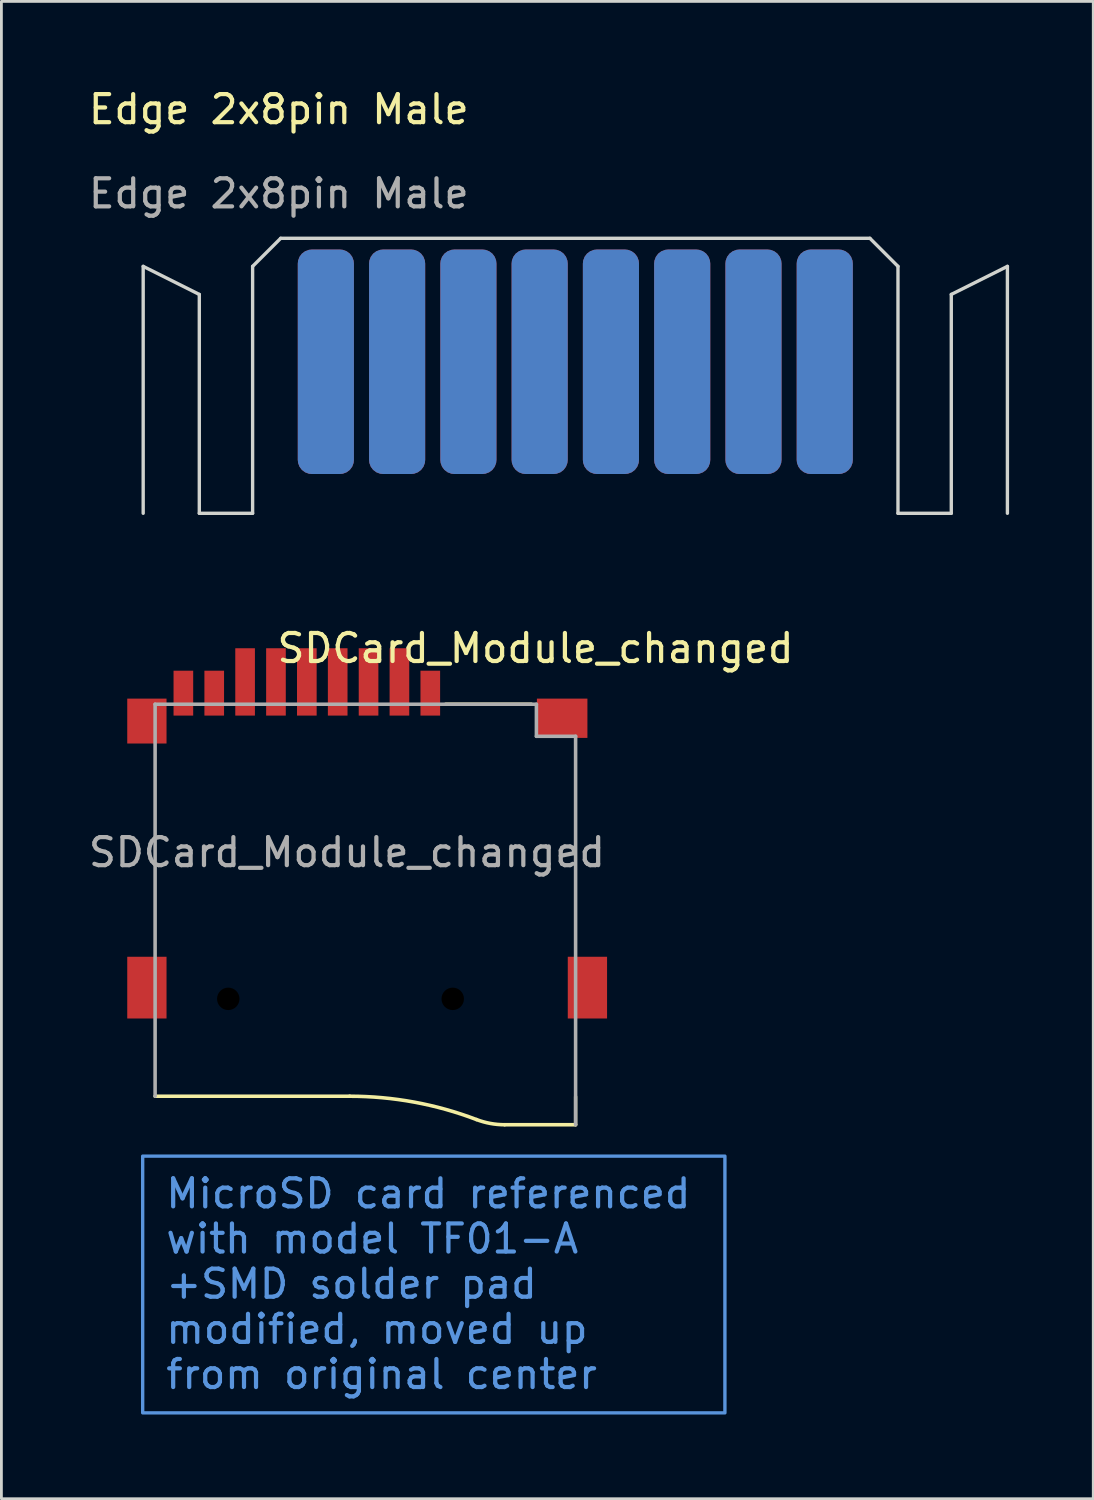
<source format=kicad_pcb>
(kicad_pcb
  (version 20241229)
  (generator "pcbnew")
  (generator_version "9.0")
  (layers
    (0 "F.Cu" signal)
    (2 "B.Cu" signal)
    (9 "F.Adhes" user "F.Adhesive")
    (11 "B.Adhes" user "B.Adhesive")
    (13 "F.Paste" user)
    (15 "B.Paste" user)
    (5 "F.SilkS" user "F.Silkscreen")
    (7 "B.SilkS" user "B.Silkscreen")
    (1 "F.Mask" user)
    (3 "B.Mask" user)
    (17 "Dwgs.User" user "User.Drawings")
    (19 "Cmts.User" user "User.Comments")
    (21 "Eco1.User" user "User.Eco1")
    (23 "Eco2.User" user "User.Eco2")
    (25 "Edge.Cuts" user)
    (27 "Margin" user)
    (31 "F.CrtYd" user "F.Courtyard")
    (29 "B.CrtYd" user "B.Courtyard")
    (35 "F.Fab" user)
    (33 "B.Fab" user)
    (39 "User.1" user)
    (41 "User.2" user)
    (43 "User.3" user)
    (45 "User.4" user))
  (footprint "SDCard_Module_changed"
    (layer "F.Cu")
    (at 8.935 18.553)
    (property "Reference" "SDCard_Module_changed" (at 7.1 1.5 0) (unlocked yes) (layer "F.SilkS") (effects (font (size 1 1) (thickness 0.15))))
    (fp_line (start 0.477 17.465) (end -6.457 17.465) (stroke (width 0.127) (type solid)) (layer "F.SilkS"))
    (fp_line (start 6.95 3.495) (end 3.9 3.495) (stroke (width 0.127) (type solid)) (layer "F.SilkS"))
    (fp_line (start 8.529 17.481) (end 8.529 18.481) (stroke (width 0.12) (type default)) (layer "F.SilkS"))
    (fp_line (start 8.529 18.481) (end 5.998 18.481) (stroke (width 0.127) (type solid)) (layer "F.SilkS"))
    (fp_arc (start 0.4769 17.46529) (mid 2.775408 17.675025) (end 4.998 18.29729) (stroke (width 0.127) (type solid)) (layer "F.SilkS"))
    (fp_arc (start 5.9979 18.48129) (mid 5.489554 18.434911) (end 4.998 18.29729) (stroke (width 0.127) (type solid)) (layer "F.SilkS"))
    (fp_line (start -6.457 3.495) (end 7.132 3.495) (stroke (width 0.127) (type solid)) (layer "F.Fab"))
    (fp_line (start -6.457 17.465) (end -6.457 3.495) (stroke (width 0.127) (type solid)) (layer "F.Fab"))
    (fp_line (start 7.132 3.495) (end 7.132 4.638) (stroke (width 0.127) (type solid)) (layer "F.Fab"))
    (fp_line (start 7.132 4.638) (end 8.529 4.638) (stroke (width 0.127) (type solid)) (layer "F.Fab"))
    (fp_line (start 8.529 4.638) (end 8.529 18.481) (stroke (width 0.127) (type solid)) (layer "F.Fab"))
    (fp_text user "${REFERENCE}" (at 0.38 8.775 0) (unlocked yes) (layer "F.Fab") (effects (font (size 1 1) (thickness 0.15))))
    (fp_text_box "MicroSD card referenced with model TF01-A\n+SMD solder pad modified, moved up from original center" (start -6.9 19.6) (end 13.85 28.75) (margins 0.81 0.81 0.81 0.81) (layer "Cmts.User") (effects (font (size 1 1) (thickness 0.15)) (justify left top)) (border yes) (stroke (width 0.12) (type solid)))
    (pad "" np_thru_hole circle (at -3.85 13.995) (size 0.9 0.9) (drill 0.8) (layers "*.Mask"))
    (pad "" np_thru_hole circle (at 4.15 13.995) (size 0.9 0.9) (drill 0.8) (layers "*.Mask"))
    (pad "1" smd rect (at 3.35 3.1 270) (size 1.6 0.7) (layers "F.Cu" "F.Mask" "F.Paste"))
    (pad "2" smd rect (at 2.25 2.7 270) (size 2.4 0.7) (layers "F.Cu" "F.Mask" "F.Paste"))
    (pad "3" smd rect (at 1.15 2.7 270) (size 2.4 0.7) (layers "F.Cu" "F.Mask" "F.Paste"))
    (pad "4" smd rect (at 0.05 2.7 270) (size 2.4 0.7) (layers "F.Cu" "F.Mask" "F.Paste"))
    (pad "5" smd rect (at -1.05 2.7 270) (size 2.4 0.7) (layers "F.Cu" "F.Mask" "F.Paste"))
    (pad "6" smd rect (at -2.15 2.7 270) (size 2.4 0.7) (layers "F.Cu" "F.Mask" "F.Paste"))
    (pad "7" smd rect (at -3.25 2.7 270) (size 2.4 0.7) (layers "F.Cu" "F.Mask" "F.Paste"))
    (pad "8" smd rect (at -4.35 3.1 270) (size 1.6 0.7) (layers "F.Cu" "F.Mask" "F.Paste"))
    (pad "9" smd rect (at -5.45 3.1 270) (size 1.6 0.7) (layers "F.Cu" "F.Mask" "F.Paste"))
    (pad "MP1" smd rect (at -6.75 4.095 270) (size 1.6 1.4) (layers "F.Cu" "F.Mask" "F.Paste"))
    (pad "MP2" smd rect (at -6.75 13.595 270) (size 2.2 1.4) (layers "F.Cu" "F.Mask" "F.Paste"))
    (pad "MP3" smd rect (at 8.95 13.595 270) (size 2.2 1.4) (layers "F.Cu" "F.Mask" "F.Paste"))
    (pad "MP4" smd rect (at 8.05 3.995 270) (size 1.4 1.8) (layers "F.Cu" "F.Mask" "F.Paste"))
    (zone (net_name "") (layer "F.Cu") (hatch full 0.508) (connect_pads) (min_thickness 0.01) (filled_areas_thickness no) (keepout (tracks not_allowed) (vias not_allowed) (pads not_allowed) (copperpour not_allowed) (footprints allowed)) (placement (enabled no)) (fill) (polygon (pts (xy 7.434 22.948) (xy 9.435 22.948) (xy 9.435 31.953) (xy 7.434 31.953)))))
  (footprint "Edge 2x8pin Male"
    (layer "F.Cu")
    (at 17.453 9.843)
    (property "Reference" "Edge 2x8pin Male" (at -10.566 -8.994 0) (unlocked yes) (layer "F.SilkS") (effects (font (size 1 1) (thickness 0.15))))
    (attr smd)
    (fp_line (start -15.4 -3.4) (end -13.4 -2.4) (stroke (width 0.12) (type solid)) (layer "Edge.Cuts"))
    (fp_line (start -15.4 5.4) (end -15.4 -3.4) (stroke (width 0.12) (type solid)) (layer "Edge.Cuts"))
    (fp_line (start -13.4 5.4) (end -13.4 -2.4) (stroke (width 0.12) (type solid)) (layer "Edge.Cuts"))
    (fp_line (start -11.5 -3.4) (end -11.5 5.4) (stroke (width 0.12) (type solid)) (layer "Edge.Cuts"))
    (fp_line (start -11.5 5.4) (end -13.4 5.4) (stroke (width 0.12) (type solid)) (layer "Edge.Cuts"))
    (fp_line (start -10.5 -4.4) (end -11.5 -3.4) (stroke (width 0.12) (type solid)) (layer "Edge.Cuts"))
    (fp_line (start -10.5 -4.4) (end 10.5 -4.4) (stroke (width 0.12) (type solid)) (layer "Edge.Cuts"))
    (fp_line (start 10.5 -4.4) (end 11.5 -3.4) (stroke (width 0.12) (type solid)) (layer "Edge.Cuts"))
    (fp_line (start 11.5 -3.4) (end 11.5 5.4) (stroke (width 0.12) (type solid)) (layer "Edge.Cuts"))
    (fp_line (start 11.5 5.4) (end 13.4 5.4) (stroke (width 0.12) (type solid)) (layer "Edge.Cuts"))
    (fp_line (start 13.4 -2.4) (end 15.4 -3.4) (stroke (width 0.12) (type solid)) (layer "Edge.Cuts"))
    (fp_line (start 13.4 5.4) (end 13.4 -2.4) (stroke (width 0.12) (type solid)) (layer "Edge.Cuts"))
    (fp_line (start 15.4 5.4) (end 15.4 -3.4) (stroke (width 0.12) (type solid)) (layer "Edge.Cuts"))
    (fp_text user "${REFERENCE}" (at -10.566 -5.994 0) (unlocked yes) (layer "F.Fab") (effects (font (size 1 1) (thickness 0.15))))
    (pad "1" smd roundrect (at -8.89 0) (size 2 8) (layers "F.Cu" "F.Mask" "F.Paste") (roundrect_rratio 0.25))
    (pad "2" smd roundrect (at -8.89 0) (size 2 8) (layers "B.Cu" "B.Mask" "B.Paste") (roundrect_rratio 0.25))
    (pad "3" smd roundrect (at -6.35 0) (size 2 8) (layers "F.Cu" "F.Mask" "F.Paste") (roundrect_rratio 0.25))
    (pad "4" smd roundrect (at -6.35 0) (size 2 8) (layers "B.Cu" "B.Mask" "B.Paste") (roundrect_rratio 0.25))
    (pad "5" smd roundrect (at -3.81 0) (size 2 8) (layers "F.Cu" "F.Mask" "F.Paste") (roundrect_rratio 0.25))
    (pad "6" smd roundrect (at -3.81 0) (size 2 8) (layers "B.Cu" "B.Mask" "B.Paste") (roundrect_rratio 0.25))
    (pad "7" smd roundrect (at -1.27 0) (size 2 8) (layers "F.Cu" "F.Mask" "F.Paste") (roundrect_rratio 0.25))
    (pad "8" smd roundrect (at -1.27 0) (size 2 8) (layers "B.Cu" "B.Mask" "B.Paste") (roundrect_rratio 0.25))
    (pad "9" smd roundrect (at 1.27 0) (size 2 8) (layers "F.Cu" "F.Mask" "F.Paste") (roundrect_rratio 0.25))
    (pad "10" smd roundrect (at 1.27 0) (size 2 8) (layers "B.Cu" "B.Mask" "B.Paste") (roundrect_rratio 0.25))
    (pad "11" smd roundrect (at 3.81 0) (size 2 8) (layers "F.Cu" "F.Mask" "F.Paste") (roundrect_rratio 0.25))
    (pad "12" smd roundrect (at 3.81 0) (size 2 8) (layers "B.Cu" "B.Mask" "B.Paste") (roundrect_rratio 0.25))
    (pad "13" smd roundrect (at 6.35 0) (size 2 8) (layers "F.Cu" "F.Mask" "F.Paste") (roundrect_rratio 0.25))
    (pad "14" smd roundrect (at 6.35 0) (size 2 8) (layers "B.Cu" "B.Mask" "B.Paste") (roundrect_rratio 0.25))
    (pad "15" smd roundrect (at 8.89 0) (size 2 8) (layers "F.Cu" "F.Mask" "F.Paste") (roundrect_rratio 0.25))
    (pad "16" smd roundrect (at 8.89 0) (size 2 8) (layers "B.Cu" "B.Mask" "B.Paste") (roundrect_rratio 0.25)))
  (gr_rect
    (start -3 -3)
    (end 35.913 50.363)
    (stroke (width 0.1) (type default))
    (fill no)
    (layer "Edge.Cuts")))
</source>
